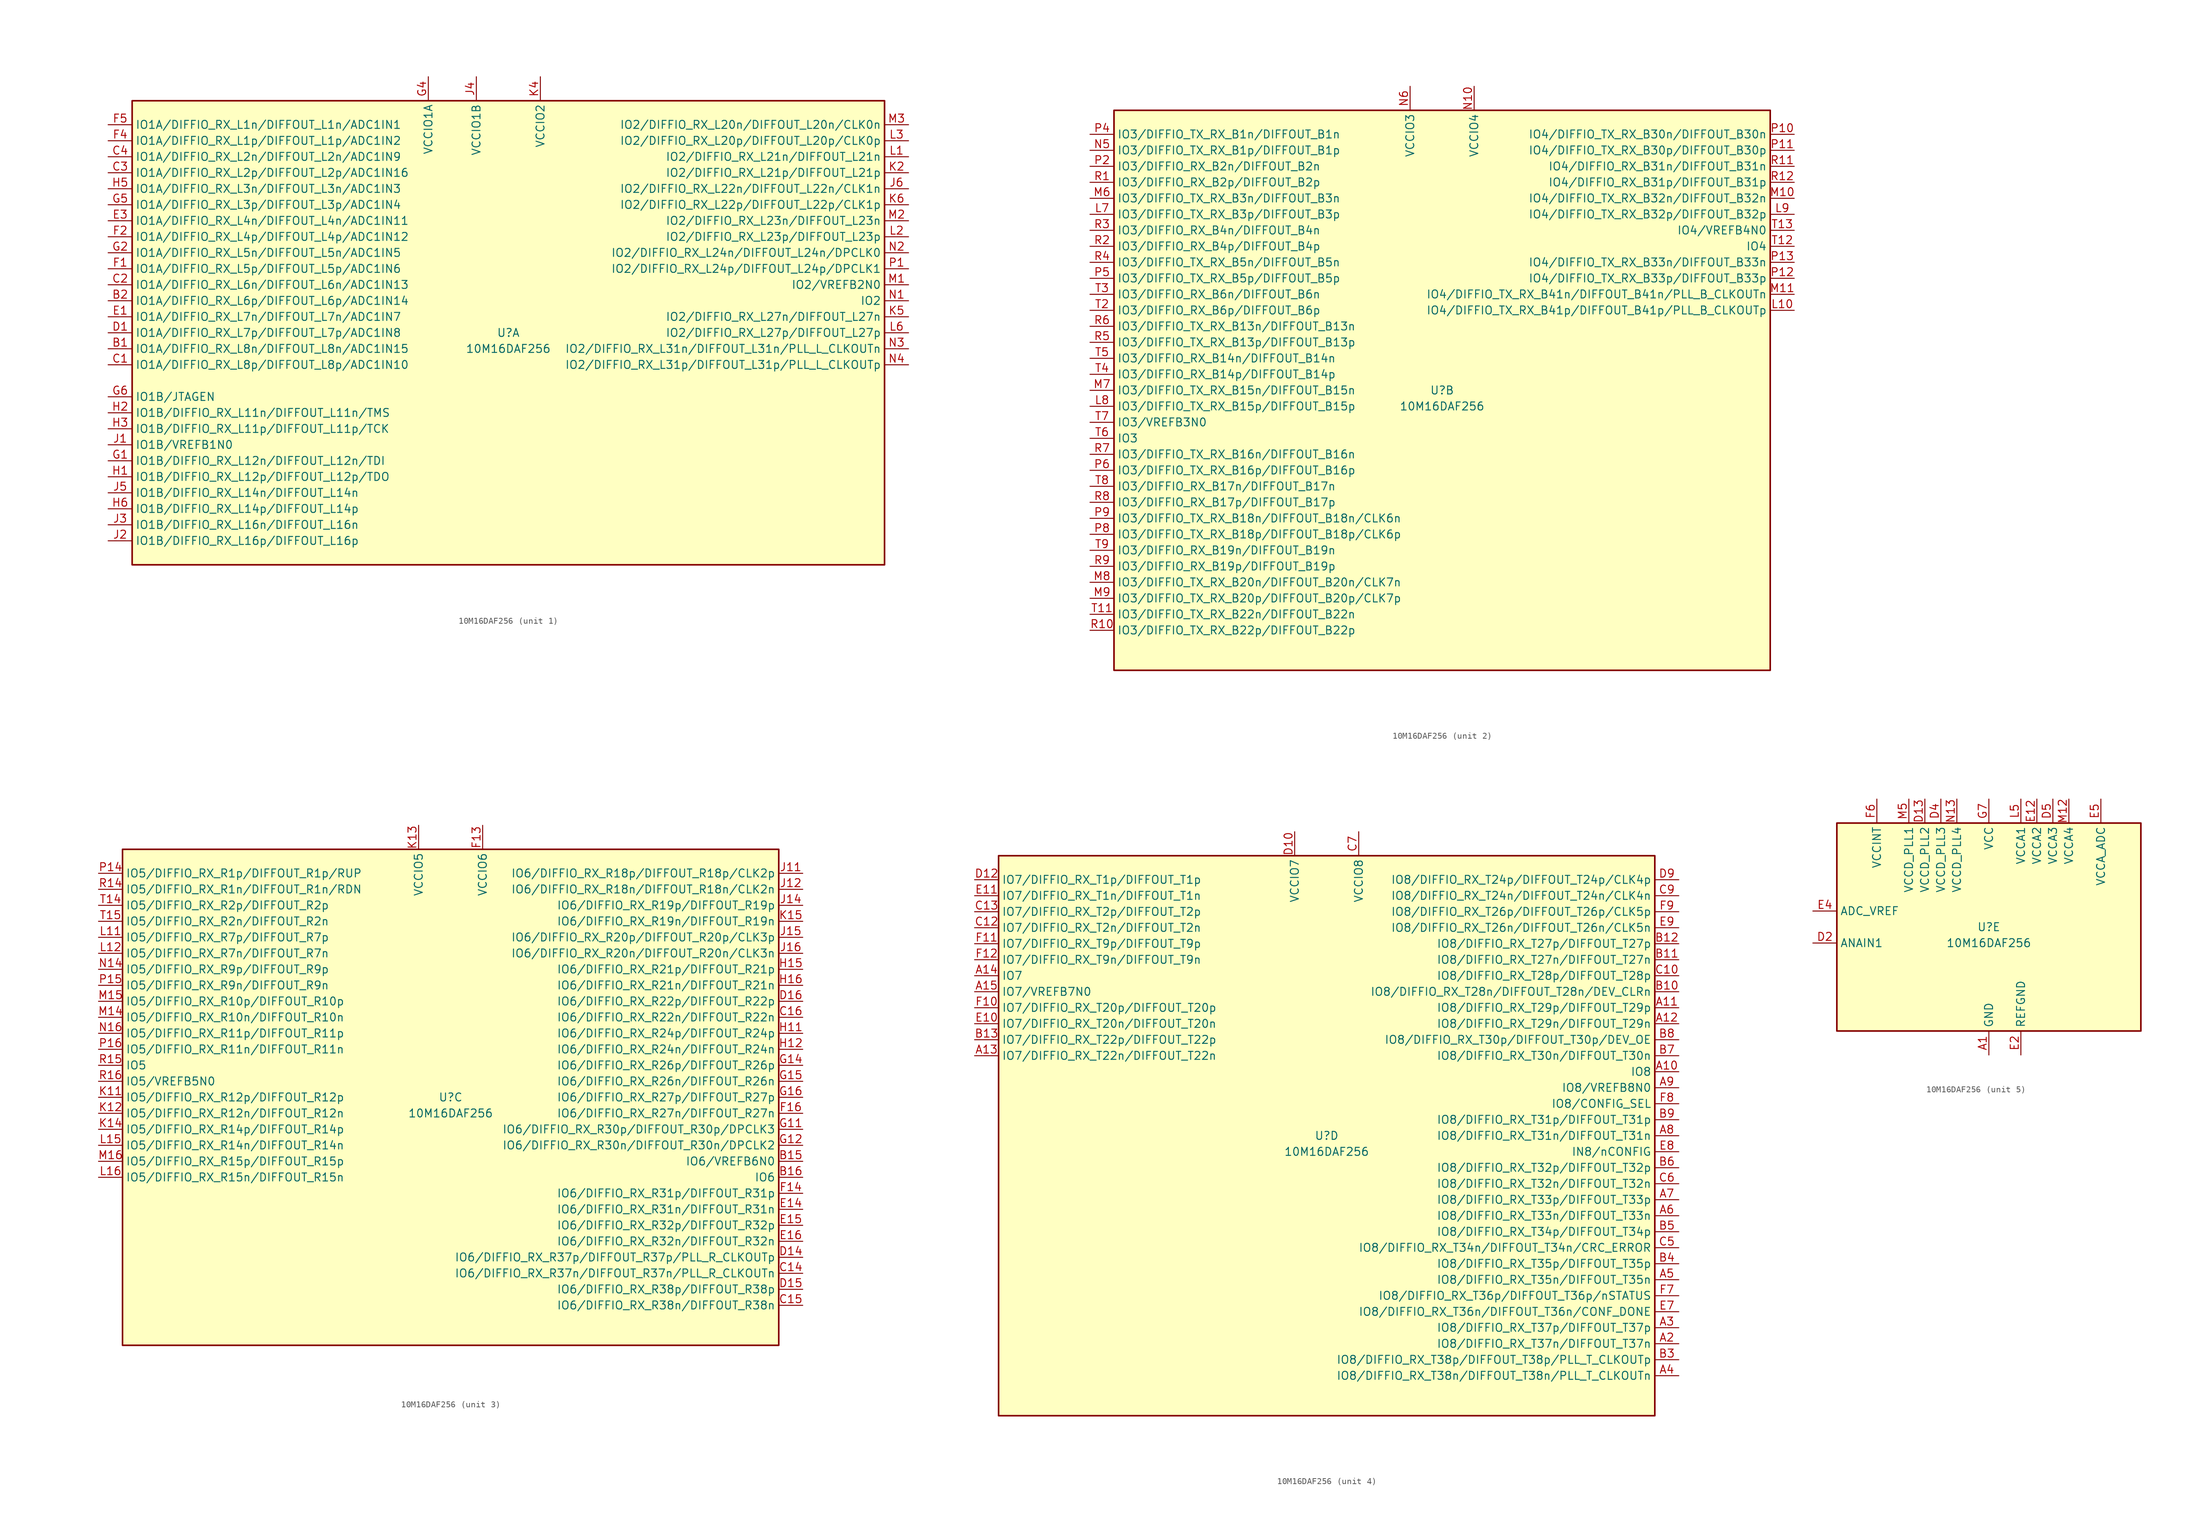
<source format=kicad_sym>
(kicad_symbol_lib
  (version 20220914)
  (generator kicad_symbol_editor)
  (symbol "10M16DAF256"
    (property "Reference" "U"
      (at 0 0 0)
      (effects (font (size 1.27 1.27))))
    (property "Value" "10M16DAF256"
      (at 0 -2.54 0)
      (effects (font (size 1.27 1.27))))
    (property "ki_locked" ""
      (at 0 0 0)
      (effects (font (size 1.27 1.27))))
    (symbol "10M16DAF256_1_1"
      (rectangle (start -59.69 36.83) (end 59.69 -36.83) (stroke (width 0.254) (type default)) (fill (type background)))
      (pin bidirectional line (at -63.5 -2.54 0) (length 3.81) (name "IO1A/DIFFIO_RX_L8n/DIFFOUT_L8n/ADC1IN15" (effects (font (size 1.27 1.27)))) (number "B1" (effects (font (size 1.27 1.27)))))
      (pin bidirectional line (at -63.5 5.08 0) (length 3.81) (name "IO1A/DIFFIO_RX_L6p/DIFFOUT_L6p/ADC1IN14" (effects (font (size 1.27 1.27)))) (number "B2" (effects (font (size 1.27 1.27)))))
      (pin bidirectional line (at -63.5 -5.08 0) (length 3.81) (name "IO1A/DIFFIO_RX_L8p/DIFFOUT_L8p/ADC1IN10" (effects (font (size 1.27 1.27)))) (number "C1" (effects (font (size 1.27 1.27)))))
      (pin bidirectional line (at -63.5 7.62 0) (length 3.81) (name "IO1A/DIFFIO_RX_L6n/DIFFOUT_L6n/ADC1IN13" (effects (font (size 1.27 1.27)))) (number "C2" (effects (font (size 1.27 1.27)))))
      (pin bidirectional line (at -63.5 25.4 0) (length 3.81) (name "IO1A/DIFFIO_RX_L2p/DIFFOUT_L2p/ADC1IN16" (effects (font (size 1.27 1.27)))) (number "C3" (effects (font (size 1.27 1.27)))))
      (pin bidirectional line (at -63.5 27.94 0) (length 3.81) (name "IO1A/DIFFIO_RX_L2n/DIFFOUT_L2n/ADC1IN9" (effects (font (size 1.27 1.27)))) (number "C4" (effects (font (size 1.27 1.27)))))
      (pin bidirectional line (at -63.5 0 0) (length 3.81) (name "IO1A/DIFFIO_RX_L7p/DIFFOUT_L7p/ADC1IN8" (effects (font (size 1.27 1.27)))) (number "D1" (effects (font (size 1.27 1.27)))))
      (pin bidirectional line (at -63.5 2.54 0) (length 3.81) (name "IO1A/DIFFIO_RX_L7n/DIFFOUT_L7n/ADC1IN7" (effects (font (size 1.27 1.27)))) (number "E1" (effects (font (size 1.27 1.27)))))
      (pin bidirectional line (at -63.5 17.78 0) (length 3.81) (name "IO1A/DIFFIO_RX_L4n/DIFFOUT_L4n/ADC1IN11" (effects (font (size 1.27 1.27)))) (number "E3" (effects (font (size 1.27 1.27)))))
      (pin bidirectional line (at -63.5 10.16 0) (length 3.81) (name "IO1A/DIFFIO_RX_L5p/DIFFOUT_L5p/ADC1IN6" (effects (font (size 1.27 1.27)))) (number "F1" (effects (font (size 1.27 1.27)))))
      (pin bidirectional line (at -63.5 15.24 0) (length 3.81) (name "IO1A/DIFFIO_RX_L4p/DIFFOUT_L4p/ADC1IN12" (effects (font (size 1.27 1.27)))) (number "F2" (effects (font (size 1.27 1.27)))))
      (pin bidirectional line (at -63.5 30.48 0) (length 3.81) (name "IO1A/DIFFIO_RX_L1p/DIFFOUT_L1p/ADC1IN2" (effects (font (size 1.27 1.27)))) (number "F4" (effects (font (size 1.27 1.27)))))
      (pin bidirectional line (at -63.5 33.02 0) (length 3.81) (name "IO1A/DIFFIO_RX_L1n/DIFFOUT_L1n/ADC1IN1" (effects (font (size 1.27 1.27)))) (number "F5" (effects (font (size 1.27 1.27)))))
      (pin bidirectional line (at -63.5 -20.32 0) (length 3.81) (name "IO1B/DIFFIO_RX_L12n/DIFFOUT_L12n/TDI" (effects (font (size 1.27 1.27)))) (number "G1" (effects (font (size 1.27 1.27)))))
      (pin bidirectional line (at -63.5 12.7 0) (length 3.81) (name "IO1A/DIFFIO_RX_L5n/DIFFOUT_L5n/ADC1IN5" (effects (font (size 1.27 1.27)))) (number "G2" (effects (font (size 1.27 1.27)))))
      (pin power_in line (at -12.7 40.64 270) (length 3.81) (name "VCCIO1A" (effects (font (size 1.27 1.27)))) (number "G4" (effects (font (size 1.27 1.27)))))
      (pin bidirectional line (at -63.5 20.32 0) (length 3.81) (name "IO1A/DIFFIO_RX_L3p/DIFFOUT_L3p/ADC1IN4" (effects (font (size 1.27 1.27)))) (number "G5" (effects (font (size 1.27 1.27)))))
      (pin bidirectional line (at -63.5 -10.16 0) (length 3.81) (name "IO1B/JTAGEN" (effects (font (size 1.27 1.27)))) (number "G6" (effects (font (size 1.27 1.27)))))
      (pin bidirectional line (at -63.5 -22.86 0) (length 3.81) (name "IO1B/DIFFIO_RX_L12p/DIFFOUT_L12p/TDO" (effects (font (size 1.27 1.27)))) (number "H1" (effects (font (size 1.27 1.27)))))
      (pin bidirectional line (at -63.5 -12.7 0) (length 3.81) (name "IO1B/DIFFIO_RX_L11n/DIFFOUT_L11n/TMS" (effects (font (size 1.27 1.27)))) (number "H2" (effects (font (size 1.27 1.27)))))
      (pin bidirectional line (at -63.5 -15.24 0) (length 3.81) (name "IO1B/DIFFIO_RX_L11p/DIFFOUT_L11p/TCK" (effects (font (size 1.27 1.27)))) (number "H3" (effects (font (size 1.27 1.27)))))
      (pin passive line (at -12.7 40.64 270) (length 3.81) hide (name "VCCIO1A" (effects (font (size 1.27 1.27)))) (number "H4" (effects (font (size 1.27 1.27)))))
      (pin bidirectional line (at -63.5 22.86 0) (length 3.81) (name "IO1A/DIFFIO_RX_L3n/DIFFOUT_L3n/ADC1IN3" (effects (font (size 1.27 1.27)))) (number "H5" (effects (font (size 1.27 1.27)))))
      (pin bidirectional line (at -63.5 -27.94 0) (length 3.81) (name "IO1B/DIFFIO_RX_L14p/DIFFOUT_L14p" (effects (font (size 1.27 1.27)))) (number "H6" (effects (font (size 1.27 1.27)))))
      (pin bidirectional line (at -63.5 -17.78 0) (length 3.81) (name "IO1B/VREFB1N0" (effects (font (size 1.27 1.27)))) (number "J1" (effects (font (size 1.27 1.27)))))
      (pin bidirectional line (at -63.5 -33.02 0) (length 3.81) (name "IO1B/DIFFIO_RX_L16p/DIFFOUT_L16p" (effects (font (size 1.27 1.27)))) (number "J2" (effects (font (size 1.27 1.27)))))
      (pin bidirectional line (at -63.5 -30.48 0) (length 3.81) (name "IO1B/DIFFIO_RX_L16n/DIFFOUT_L16n" (effects (font (size 1.27 1.27)))) (number "J3" (effects (font (size 1.27 1.27)))))
      (pin power_in line (at -5.08 40.64 270) (length 3.81) (name "VCCIO1B" (effects (font (size 1.27 1.27)))) (number "J4" (effects (font (size 1.27 1.27)))))
      (pin bidirectional line (at -63.5 -25.4 0) (length 3.81) (name "IO1B/DIFFIO_RX_L14n/DIFFOUT_L14n" (effects (font (size 1.27 1.27)))) (number "J5" (effects (font (size 1.27 1.27)))))
      (pin bidirectional line (at 63.5 22.86 180) (length 3.81) (name "IO2/DIFFIO_RX_L22n/DIFFOUT_L22n/CLK1n" (effects (font (size 1.27 1.27)))) (number "J6" (effects (font (size 1.27 1.27)))))
      (pin bidirectional line (at 63.5 25.4 180) (length 3.81) (name "IO2/DIFFIO_RX_L21p/DIFFOUT_L21p" (effects (font (size 1.27 1.27)))) (number "K2" (effects (font (size 1.27 1.27)))))
      (pin power_in line (at 5.08 40.64 270) (length 3.81) (name "VCCIO2" (effects (font (size 1.27 1.27)))) (number "K4" (effects (font (size 1.27 1.27)))))
      (pin bidirectional line (at 63.5 2.54 180) (length 3.81) (name "IO2/DIFFIO_RX_L27n/DIFFOUT_L27n" (effects (font (size 1.27 1.27)))) (number "K5" (effects (font (size 1.27 1.27)))))
      (pin bidirectional line (at 63.5 20.32 180) (length 3.81) (name "IO2/DIFFIO_RX_L22p/DIFFOUT_L22p/CLK1p" (effects (font (size 1.27 1.27)))) (number "K6" (effects (font (size 1.27 1.27)))))
      (pin bidirectional line (at 63.5 27.94 180) (length 3.81) (name "IO2/DIFFIO_RX_L21n/DIFFOUT_L21n" (effects (font (size 1.27 1.27)))) (number "L1" (effects (font (size 1.27 1.27)))))
      (pin bidirectional line (at 63.5 15.24 180) (length 3.81) (name "IO2/DIFFIO_RX_L23p/DIFFOUT_L23p" (effects (font (size 1.27 1.27)))) (number "L2" (effects (font (size 1.27 1.27)))))
      (pin bidirectional line (at 63.5 30.48 180) (length 3.81) (name "IO2/DIFFIO_RX_L20p/DIFFOUT_L20p/CLK0p" (effects (font (size 1.27 1.27)))) (number "L3" (effects (font (size 1.27 1.27)))))
      (pin passive line (at 5.08 40.64 270) (length 3.81) hide (name "VCCIO2" (effects (font (size 1.27 1.27)))) (number "L4" (effects (font (size 1.27 1.27)))))
      (pin bidirectional line (at 63.5 0 180) (length 3.81) (name "IO2/DIFFIO_RX_L27p/DIFFOUT_L27p" (effects (font (size 1.27 1.27)))) (number "L6" (effects (font (size 1.27 1.27)))))
      (pin bidirectional line (at 63.5 7.62 180) (length 3.81) (name "IO2/VREFB2N0" (effects (font (size 1.27 1.27)))) (number "M1" (effects (font (size 1.27 1.27)))))
      (pin bidirectional line (at 63.5 17.78 180) (length 3.81) (name "IO2/DIFFIO_RX_L23n/DIFFOUT_L23n" (effects (font (size 1.27 1.27)))) (number "M2" (effects (font (size 1.27 1.27)))))
      (pin bidirectional line (at 63.5 33.02 180) (length 3.81) (name "IO2/DIFFIO_RX_L20n/DIFFOUT_L20n/CLK0n" (effects (font (size 1.27 1.27)))) (number "M3" (effects (font (size 1.27 1.27)))))
      (pin bidirectional line (at 63.5 5.08 180) (length 3.81) (name "IO2" (effects (font (size 1.27 1.27)))) (number "N1" (effects (font (size 1.27 1.27)))))
      (pin bidirectional line (at 63.5 12.7 180) (length 3.81) (name "IO2/DIFFIO_RX_L24n/DIFFOUT_L24n/DPCLK0" (effects (font (size 1.27 1.27)))) (number "N2" (effects (font (size 1.27 1.27)))))
      (pin bidirectional line (at 63.5 -2.54 180) (length 3.81) (name "IO2/DIFFIO_RX_L31n/DIFFOUT_L31n/PLL_L_CLKOUTn" (effects (font (size 1.27 1.27)))) (number "N3" (effects (font (size 1.27 1.27)))))
      (pin bidirectional line (at 63.5 -5.08 180) (length 3.81) (name "IO2/DIFFIO_RX_L31p/DIFFOUT_L31p/PLL_L_CLKOUTp" (effects (font (size 1.27 1.27)))) (number "N4" (effects (font (size 1.27 1.27)))))
      (pin bidirectional line (at 63.5 10.16 180) (length 3.81) (name "IO2/DIFFIO_RX_L24p/DIFFOUT_L24p/DPCLK1" (effects (font (size 1.27 1.27)))) (number "P1" (effects (font (size 1.27 1.27))))))
    (symbol "10M16DAF256_2_1"
      (rectangle (start -52.07 44.45) (end 52.07 -44.45) (stroke (width 0.254) (type default)) (fill (type background)))
      (pin bidirectional line (at 55.88 12.7 180) (length 3.81) (name "IO4/DIFFIO_TX_RX_B41p/DIFFOUT_B41p/PLL_B_CLKOUTp" (effects (font (size 1.27 1.27)))) (number "L10" (effects (font (size 1.27 1.27)))))
      (pin bidirectional line (at -55.88 27.94 0) (length 3.81) (name "IO3/DIFFIO_TX_RX_B3p/DIFFOUT_B3p" (effects (font (size 1.27 1.27)))) (number "L7" (effects (font (size 1.27 1.27)))))
      (pin bidirectional line (at -55.88 -2.54 0) (length 3.81) (name "IO3/DIFFIO_TX_RX_B15p/DIFFOUT_B15p" (effects (font (size 1.27 1.27)))) (number "L8" (effects (font (size 1.27 1.27)))))
      (pin bidirectional line (at 55.88 27.94 180) (length 3.81) (name "IO4/DIFFIO_TX_RX_B32p/DIFFOUT_B32p" (effects (font (size 1.27 1.27)))) (number "L9" (effects (font (size 1.27 1.27)))))
      (pin bidirectional line (at 55.88 30.48 180) (length 3.81) (name "IO4/DIFFIO_TX_RX_B32n/DIFFOUT_B32n" (effects (font (size 1.27 1.27)))) (number "M10" (effects (font (size 1.27 1.27)))))
      (pin bidirectional line (at 55.88 15.24 180) (length 3.81) (name "IO4/DIFFIO_TX_RX_B41n/DIFFOUT_B41n/PLL_B_CLKOUTn" (effects (font (size 1.27 1.27)))) (number "M11" (effects (font (size 1.27 1.27)))))
      (pin bidirectional line (at -55.88 30.48 0) (length 3.81) (name "IO3/DIFFIO_TX_RX_B3n/DIFFOUT_B3n" (effects (font (size 1.27 1.27)))) (number "M6" (effects (font (size 1.27 1.27)))))
      (pin bidirectional line (at -55.88 0 0) (length 3.81) (name "IO3/DIFFIO_TX_RX_B15n/DIFFOUT_B15n" (effects (font (size 1.27 1.27)))) (number "M7" (effects (font (size 1.27 1.27)))))
      (pin bidirectional line (at -55.88 -30.48 0) (length 3.81) (name "IO3/DIFFIO_TX_RX_B20n/DIFFOUT_B20n/CLK7n" (effects (font (size 1.27 1.27)))) (number "M8" (effects (font (size 1.27 1.27)))))
      (pin bidirectional line (at -55.88 -33.02 0) (length 3.81) (name "IO3/DIFFIO_TX_RX_B20p/DIFFOUT_B20p/CLK7p" (effects (font (size 1.27 1.27)))) (number "M9" (effects (font (size 1.27 1.27)))))
      (pin power_in line (at 5.08 48.26 270) (length 3.81) (name "VCCIO4" (effects (font (size 1.27 1.27)))) (number "N10" (effects (font (size 1.27 1.27)))))
      (pin passive line (at 5.08 48.26 270) (length 3.81) hide (name "VCCIO4" (effects (font (size 1.27 1.27)))) (number "N11" (effects (font (size 1.27 1.27)))))
      (pin bidirectional line (at -55.88 38.1 0) (length 3.81) (name "IO3/DIFFIO_TX_RX_B1p/DIFFOUT_B1p" (effects (font (size 1.27 1.27)))) (number "N5" (effects (font (size 1.27 1.27)))))
      (pin power_in line (at -5.08 48.26 270) (length 3.81) (name "VCCIO3" (effects (font (size 1.27 1.27)))) (number "N6" (effects (font (size 1.27 1.27)))))
      (pin passive line (at -5.08 48.26 270) (length 3.81) hide (name "VCCIO3" (effects (font (size 1.27 1.27)))) (number "N7" (effects (font (size 1.27 1.27)))))
      (pin passive line (at -5.08 48.26 270) (length 3.81) hide (name "VCCIO3" (effects (font (size 1.27 1.27)))) (number "N8" (effects (font (size 1.27 1.27)))))
      (pin bidirectional line (at 55.88 40.64 180) (length 3.81) (name "IO4/DIFFIO_TX_RX_B30n/DIFFOUT_B30n" (effects (font (size 1.27 1.27)))) (number "P10" (effects (font (size 1.27 1.27)))))
      (pin bidirectional line (at 55.88 38.1 180) (length 3.81) (name "IO4/DIFFIO_TX_RX_B30p/DIFFOUT_B30p" (effects (font (size 1.27 1.27)))) (number "P11" (effects (font (size 1.27 1.27)))))
      (pin bidirectional line (at 55.88 17.78 180) (length 3.81) (name "IO4/DIFFIO_TX_RX_B33p/DIFFOUT_B33p" (effects (font (size 1.27 1.27)))) (number "P12" (effects (font (size 1.27 1.27)))))
      (pin bidirectional line (at 55.88 20.32 180) (length 3.81) (name "IO4/DIFFIO_TX_RX_B33n/DIFFOUT_B33n" (effects (font (size 1.27 1.27)))) (number "P13" (effects (font (size 1.27 1.27)))))
      (pin bidirectional line (at -55.88 35.56 0) (length 3.81) (name "IO3/DIFFIO_RX_B2n/DIFFOUT_B2n" (effects (font (size 1.27 1.27)))) (number "P2" (effects (font (size 1.27 1.27)))))
      (pin bidirectional line (at -55.88 40.64 0) (length 3.81) (name "IO3/DIFFIO_TX_RX_B1n/DIFFOUT_B1n" (effects (font (size 1.27 1.27)))) (number "P4" (effects (font (size 1.27 1.27)))))
      (pin bidirectional line (at -55.88 17.78 0) (length 3.81) (name "IO3/DIFFIO_TX_RX_B5p/DIFFOUT_B5p" (effects (font (size 1.27 1.27)))) (number "P5" (effects (font (size 1.27 1.27)))))
      (pin bidirectional line (at -55.88 -12.7 0) (length 3.81) (name "IO3/DIFFIO_TX_RX_B16p/DIFFOUT_B16p" (effects (font (size 1.27 1.27)))) (number "P6" (effects (font (size 1.27 1.27)))))
      (pin bidirectional line (at -55.88 -22.86 0) (length 3.81) (name "IO3/DIFFIO_TX_RX_B18p/DIFFOUT_B18p/CLK6p" (effects (font (size 1.27 1.27)))) (number "P8" (effects (font (size 1.27 1.27)))))
      (pin bidirectional line (at -55.88 -20.32 0) (length 3.81) (name "IO3/DIFFIO_TX_RX_B18n/DIFFOUT_B18n/CLK6n" (effects (font (size 1.27 1.27)))) (number "P9" (effects (font (size 1.27 1.27)))))
      (pin bidirectional line (at -55.88 33.02 0) (length 3.81) (name "IO3/DIFFIO_RX_B2p/DIFFOUT_B2p" (effects (font (size 1.27 1.27)))) (number "R1" (effects (font (size 1.27 1.27)))))
      (pin bidirectional line (at -55.88 -38.1 0) (length 3.81) (name "IO3/DIFFIO_TX_RX_B22p/DIFFOUT_B22p" (effects (font (size 1.27 1.27)))) (number "R10" (effects (font (size 1.27 1.27)))))
      (pin bidirectional line (at 55.88 35.56 180) (length 3.81) (name "IO4/DIFFIO_RX_B31n/DIFFOUT_B31n" (effects (font (size 1.27 1.27)))) (number "R11" (effects (font (size 1.27 1.27)))))
      (pin bidirectional line (at 55.88 33.02 180) (length 3.81) (name "IO4/DIFFIO_RX_B31p/DIFFOUT_B31p" (effects (font (size 1.27 1.27)))) (number "R12" (effects (font (size 1.27 1.27)))))
      (pin bidirectional line (at -55.88 22.86 0) (length 3.81) (name "IO3/DIFFIO_RX_B4p/DIFFOUT_B4p" (effects (font (size 1.27 1.27)))) (number "R2" (effects (font (size 1.27 1.27)))))
      (pin bidirectional line (at -55.88 25.4 0) (length 3.81) (name "IO3/DIFFIO_RX_B4n/DIFFOUT_B4n" (effects (font (size 1.27 1.27)))) (number "R3" (effects (font (size 1.27 1.27)))))
      (pin bidirectional line (at -55.88 20.32 0) (length 3.81) (name "IO3/DIFFIO_TX_RX_B5n/DIFFOUT_B5n" (effects (font (size 1.27 1.27)))) (number "R4" (effects (font (size 1.27 1.27)))))
      (pin bidirectional line (at -55.88 7.62 0) (length 3.81) (name "IO3/DIFFIO_TX_RX_B13p/DIFFOUT_B13p" (effects (font (size 1.27 1.27)))) (number "R5" (effects (font (size 1.27 1.27)))))
      (pin bidirectional line (at -55.88 10.16 0) (length 3.81) (name "IO3/DIFFIO_TX_RX_B13n/DIFFOUT_B13n" (effects (font (size 1.27 1.27)))) (number "R6" (effects (font (size 1.27 1.27)))))
      (pin bidirectional line (at -55.88 -10.16 0) (length 3.81) (name "IO3/DIFFIO_TX_RX_B16n/DIFFOUT_B16n" (effects (font (size 1.27 1.27)))) (number "R7" (effects (font (size 1.27 1.27)))))
      (pin bidirectional line (at -55.88 -17.78 0) (length 3.81) (name "IO3/DIFFIO_RX_B17p/DIFFOUT_B17p" (effects (font (size 1.27 1.27)))) (number "R8" (effects (font (size 1.27 1.27)))))
      (pin bidirectional line (at -55.88 -27.94 0) (length 3.81) (name "IO3/DIFFIO_RX_B19p/DIFFOUT_B19p" (effects (font (size 1.27 1.27)))) (number "R9" (effects (font (size 1.27 1.27)))))
      (pin bidirectional line (at -55.88 -35.56 0) (length 3.81) (name "IO3/DIFFIO_TX_RX_B22n/DIFFOUT_B22n" (effects (font (size 1.27 1.27)))) (number "T11" (effects (font (size 1.27 1.27)))))
      (pin bidirectional line (at 55.88 22.86 180) (length 3.81) (name "IO4" (effects (font (size 1.27 1.27)))) (number "T12" (effects (font (size 1.27 1.27)))))
      (pin bidirectional line (at 55.88 25.4 180) (length 3.81) (name "IO4/VREFB4N0" (effects (font (size 1.27 1.27)))) (number "T13" (effects (font (size 1.27 1.27)))))
      (pin bidirectional line (at -55.88 12.7 0) (length 3.81) (name "IO3/DIFFIO_RX_B6p/DIFFOUT_B6p" (effects (font (size 1.27 1.27)))) (number "T2" (effects (font (size 1.27 1.27)))))
      (pin bidirectional line (at -55.88 15.24 0) (length 3.81) (name "IO3/DIFFIO_RX_B6n/DIFFOUT_B6n" (effects (font (size 1.27 1.27)))) (number "T3" (effects (font (size 1.27 1.27)))))
      (pin bidirectional line (at -55.88 2.54 0) (length 3.81) (name "IO3/DIFFIO_RX_B14p/DIFFOUT_B14p" (effects (font (size 1.27 1.27)))) (number "T4" (effects (font (size 1.27 1.27)))))
      (pin bidirectional line (at -55.88 5.08 0) (length 3.81) (name "IO3/DIFFIO_RX_B14n/DIFFOUT_B14n" (effects (font (size 1.27 1.27)))) (number "T5" (effects (font (size 1.27 1.27)))))
      (pin bidirectional line (at -55.88 -7.62 0) (length 3.81) (name "IO3" (effects (font (size 1.27 1.27)))) (number "T6" (effects (font (size 1.27 1.27)))))
      (pin bidirectional line (at -55.88 -5.08 0) (length 3.81) (name "IO3/VREFB3N0" (effects (font (size 1.27 1.27)))) (number "T7" (effects (font (size 1.27 1.27)))))
      (pin bidirectional line (at -55.88 -15.24 0) (length 3.81) (name "IO3/DIFFIO_RX_B17n/DIFFOUT_B17n" (effects (font (size 1.27 1.27)))) (number "T8" (effects (font (size 1.27 1.27)))))
      (pin bidirectional line (at -55.88 -25.4 0) (length 3.81) (name "IO3/DIFFIO_RX_B19n/DIFFOUT_B19n" (effects (font (size 1.27 1.27)))) (number "T9" (effects (font (size 1.27 1.27))))))
    (symbol "10M16DAF256_3_1"
      (rectangle (start -52.07 39.37) (end 52.07 -39.37) (stroke (width 0.254) (type default)) (fill (type background)))
      (pin bidirectional line (at 55.88 -10.16 180) (length 3.81) (name "IO6/VREFB6N0" (effects (font (size 1.27 1.27)))) (number "B15" (effects (font (size 1.27 1.27)))))
      (pin bidirectional line (at 55.88 -12.7 180) (length 3.81) (name "IO6" (effects (font (size 1.27 1.27)))) (number "B16" (effects (font (size 1.27 1.27)))))
      (pin bidirectional line (at 55.88 -27.94 180) (length 3.81) (name "IO6/DIFFIO_RX_R37n/DIFFOUT_R37n/PLL_R_CLKOUTn" (effects (font (size 1.27 1.27)))) (number "C14" (effects (font (size 1.27 1.27)))))
      (pin bidirectional line (at 55.88 -33.02 180) (length 3.81) (name "IO6/DIFFIO_RX_R38n/DIFFOUT_R38n" (effects (font (size 1.27 1.27)))) (number "C15" (effects (font (size 1.27 1.27)))))
      (pin bidirectional line (at 55.88 12.7 180) (length 3.81) (name "IO6/DIFFIO_RX_R22n/DIFFOUT_R22n" (effects (font (size 1.27 1.27)))) (number "C16" (effects (font (size 1.27 1.27)))))
      (pin bidirectional line (at 55.88 -25.4 180) (length 3.81) (name "IO6/DIFFIO_RX_R37p/DIFFOUT_R37p/PLL_R_CLKOUTp" (effects (font (size 1.27 1.27)))) (number "D14" (effects (font (size 1.27 1.27)))))
      (pin bidirectional line (at 55.88 -30.48 180) (length 3.81) (name "IO6/DIFFIO_RX_R38p/DIFFOUT_R38p" (effects (font (size 1.27 1.27)))) (number "D15" (effects (font (size 1.27 1.27)))))
      (pin bidirectional line (at 55.88 15.24 180) (length 3.81) (name "IO6/DIFFIO_RX_R22p/DIFFOUT_R22p" (effects (font (size 1.27 1.27)))) (number "D16" (effects (font (size 1.27 1.27)))))
      (pin bidirectional line (at 55.88 -17.78 180) (length 3.81) (name "IO6/DIFFIO_RX_R31n/DIFFOUT_R31n" (effects (font (size 1.27 1.27)))) (number "E14" (effects (font (size 1.27 1.27)))))
      (pin bidirectional line (at 55.88 -20.32 180) (length 3.81) (name "IO6/DIFFIO_RX_R32p/DIFFOUT_R32p" (effects (font (size 1.27 1.27)))) (number "E15" (effects (font (size 1.27 1.27)))))
      (pin bidirectional line (at 55.88 -22.86 180) (length 3.81) (name "IO6/DIFFIO_RX_R32n/DIFFOUT_R32n" (effects (font (size 1.27 1.27)))) (number "E16" (effects (font (size 1.27 1.27)))))
      (pin power_in line (at 5.08 43.18 270) (length 3.81) (name "VCCIO6" (effects (font (size 1.27 1.27)))) (number "F13" (effects (font (size 1.27 1.27)))))
      (pin bidirectional line (at 55.88 -15.24 180) (length 3.81) (name "IO6/DIFFIO_RX_R31p/DIFFOUT_R31p" (effects (font (size 1.27 1.27)))) (number "F14" (effects (font (size 1.27 1.27)))))
      (pin bidirectional line (at 55.88 -2.54 180) (length 3.81) (name "IO6/DIFFIO_RX_R27n/DIFFOUT_R27n" (effects (font (size 1.27 1.27)))) (number "F16" (effects (font (size 1.27 1.27)))))
      (pin bidirectional line (at 55.88 -5.08 180) (length 3.81) (name "IO6/DIFFIO_RX_R30p/DIFFOUT_R30p/DPCLK3" (effects (font (size 1.27 1.27)))) (number "G11" (effects (font (size 1.27 1.27)))))
      (pin bidirectional line (at 55.88 -7.62 180) (length 3.81) (name "IO6/DIFFIO_RX_R30n/DIFFOUT_R30n/DPCLK2" (effects (font (size 1.27 1.27)))) (number "G12" (effects (font (size 1.27 1.27)))))
      (pin passive line (at 5.08 43.18 270) (length 3.81) hide (name "VCCIO6" (effects (font (size 1.27 1.27)))) (number "G13" (effects (font (size 1.27 1.27)))))
      (pin bidirectional line (at 55.88 5.08 180) (length 3.81) (name "IO6/DIFFIO_RX_R26p/DIFFOUT_R26p" (effects (font (size 1.27 1.27)))) (number "G14" (effects (font (size 1.27 1.27)))))
      (pin bidirectional line (at 55.88 2.54 180) (length 3.81) (name "IO6/DIFFIO_RX_R26n/DIFFOUT_R26n" (effects (font (size 1.27 1.27)))) (number "G15" (effects (font (size 1.27 1.27)))))
      (pin bidirectional line (at 55.88 0 180) (length 3.81) (name "IO6/DIFFIO_RX_R27p/DIFFOUT_R27p" (effects (font (size 1.27 1.27)))) (number "G16" (effects (font (size 1.27 1.27)))))
      (pin bidirectional line (at 55.88 10.16 180) (length 3.81) (name "IO6/DIFFIO_RX_R24p/DIFFOUT_R24p" (effects (font (size 1.27 1.27)))) (number "H11" (effects (font (size 1.27 1.27)))))
      (pin bidirectional line (at 55.88 7.62 180) (length 3.81) (name "IO6/DIFFIO_RX_R24n/DIFFOUT_R24n" (effects (font (size 1.27 1.27)))) (number "H12" (effects (font (size 1.27 1.27)))))
      (pin passive line (at 5.08 43.18 270) (length 3.81) hide (name "VCCIO6" (effects (font (size 1.27 1.27)))) (number "H13" (effects (font (size 1.27 1.27)))))
      (pin bidirectional line (at 55.88 20.32 180) (length 3.81) (name "IO6/DIFFIO_RX_R21p/DIFFOUT_R21p" (effects (font (size 1.27 1.27)))) (number "H15" (effects (font (size 1.27 1.27)))))
      (pin bidirectional line (at 55.88 17.78 180) (length 3.81) (name "IO6/DIFFIO_RX_R21n/DIFFOUT_R21n" (effects (font (size 1.27 1.27)))) (number "H16" (effects (font (size 1.27 1.27)))))
      (pin bidirectional line (at 55.88 35.56 180) (length 3.81) (name "IO6/DIFFIO_RX_R18p/DIFFOUT_R18p/CLK2p" (effects (font (size 1.27 1.27)))) (number "J11" (effects (font (size 1.27 1.27)))))
      (pin bidirectional line (at 55.88 33.02 180) (length 3.81) (name "IO6/DIFFIO_RX_R18n/DIFFOUT_R18n/CLK2n" (effects (font (size 1.27 1.27)))) (number "J12" (effects (font (size 1.27 1.27)))))
      (pin passive line (at 5.08 43.18 270) (length 3.81) hide (name "VCCIO6" (effects (font (size 1.27 1.27)))) (number "J13" (effects (font (size 1.27 1.27)))))
      (pin bidirectional line (at 55.88 30.48 180) (length 3.81) (name "IO6/DIFFIO_RX_R19p/DIFFOUT_R19p" (effects (font (size 1.27 1.27)))) (number "J14" (effects (font (size 1.27 1.27)))))
      (pin bidirectional line (at 55.88 25.4 180) (length 3.81) (name "IO6/DIFFIO_RX_R20p/DIFFOUT_R20p/CLK3p" (effects (font (size 1.27 1.27)))) (number "J15" (effects (font (size 1.27 1.27)))))
      (pin bidirectional line (at 55.88 22.86 180) (length 3.81) (name "IO6/DIFFIO_RX_R20n/DIFFOUT_R20n/CLK3n" (effects (font (size 1.27 1.27)))) (number "J16" (effects (font (size 1.27 1.27)))))
      (pin bidirectional line (at -55.88 0 0) (length 3.81) (name "IO5/DIFFIO_RX_R12p/DIFFOUT_R12p" (effects (font (size 1.27 1.27)))) (number "K11" (effects (font (size 1.27 1.27)))))
      (pin bidirectional line (at -55.88 -2.54 0) (length 3.81) (name "IO5/DIFFIO_RX_R12n/DIFFOUT_R12n" (effects (font (size 1.27 1.27)))) (number "K12" (effects (font (size 1.27 1.27)))))
      (pin power_in line (at -5.08 43.18 270) (length 3.81) (name "VCCIO5" (effects (font (size 1.27 1.27)))) (number "K13" (effects (font (size 1.27 1.27)))))
      (pin bidirectional line (at -55.88 -5.08 0) (length 3.81) (name "IO5/DIFFIO_RX_R14p/DIFFOUT_R14p" (effects (font (size 1.27 1.27)))) (number "K14" (effects (font (size 1.27 1.27)))))
      (pin bidirectional line (at 55.88 27.94 180) (length 3.81) (name "IO6/DIFFIO_RX_R19n/DIFFOUT_R19n" (effects (font (size 1.27 1.27)))) (number "K15" (effects (font (size 1.27 1.27)))))
      (pin bidirectional line (at -55.88 25.4 0) (length 3.81) (name "IO5/DIFFIO_RX_R7p/DIFFOUT_R7p" (effects (font (size 1.27 1.27)))) (number "L11" (effects (font (size 1.27 1.27)))))
      (pin bidirectional line (at -55.88 22.86 0) (length 3.81) (name "IO5/DIFFIO_RX_R7n/DIFFOUT_R7n" (effects (font (size 1.27 1.27)))) (number "L12" (effects (font (size 1.27 1.27)))))
      (pin passive line (at -5.08 43.18 270) (length 3.81) hide (name "VCCIO5" (effects (font (size 1.27 1.27)))) (number "L13" (effects (font (size 1.27 1.27)))))
      (pin bidirectional line (at -55.88 -7.62 0) (length 3.81) (name "IO5/DIFFIO_RX_R14n/DIFFOUT_R14n" (effects (font (size 1.27 1.27)))) (number "L15" (effects (font (size 1.27 1.27)))))
      (pin bidirectional line (at -55.88 -12.7 0) (length 3.81) (name "IO5/DIFFIO_RX_R15n/DIFFOUT_R15n" (effects (font (size 1.27 1.27)))) (number "L16" (effects (font (size 1.27 1.27)))))
      (pin passive line (at -5.08 43.18 270) (length 3.81) hide (name "VCCIO5" (effects (font (size 1.27 1.27)))) (number "M13" (effects (font (size 1.27 1.27)))))
      (pin bidirectional line (at -55.88 12.7 0) (length 3.81) (name "IO5/DIFFIO_RX_R10n/DIFFOUT_R10n" (effects (font (size 1.27 1.27)))) (number "M14" (effects (font (size 1.27 1.27)))))
      (pin bidirectional line (at -55.88 15.24 0) (length 3.81) (name "IO5/DIFFIO_RX_R10p/DIFFOUT_R10p" (effects (font (size 1.27 1.27)))) (number "M15" (effects (font (size 1.27 1.27)))))
      (pin bidirectional line (at -55.88 -10.16 0) (length 3.81) (name "IO5/DIFFIO_RX_R15p/DIFFOUT_R15p" (effects (font (size 1.27 1.27)))) (number "M16" (effects (font (size 1.27 1.27)))))
      (pin bidirectional line (at -55.88 20.32 0) (length 3.81) (name "IO5/DIFFIO_RX_R9p/DIFFOUT_R9p" (effects (font (size 1.27 1.27)))) (number "N14" (effects (font (size 1.27 1.27)))))
      (pin bidirectional line (at -55.88 10.16 0) (length 3.81) (name "IO5/DIFFIO_RX_R11p/DIFFOUT_R11p" (effects (font (size 1.27 1.27)))) (number "N16" (effects (font (size 1.27 1.27)))))
      (pin bidirectional line (at -55.88 35.56 0) (length 3.81) (name "IO5/DIFFIO_RX_R1p/DIFFOUT_R1p/RUP" (effects (font (size 1.27 1.27)))) (number "P14" (effects (font (size 1.27 1.27)))))
      (pin bidirectional line (at -55.88 17.78 0) (length 3.81) (name "IO5/DIFFIO_RX_R9n/DIFFOUT_R9n" (effects (font (size 1.27 1.27)))) (number "P15" (effects (font (size 1.27 1.27)))))
      (pin bidirectional line (at -55.88 7.62 0) (length 3.81) (name "IO5/DIFFIO_RX_R11n/DIFFOUT_R11n" (effects (font (size 1.27 1.27)))) (number "P16" (effects (font (size 1.27 1.27)))))
      (pin bidirectional line (at -55.88 33.02 0) (length 3.81) (name "IO5/DIFFIO_RX_R1n/DIFFOUT_R1n/RDN" (effects (font (size 1.27 1.27)))) (number "R14" (effects (font (size 1.27 1.27)))))
      (pin bidirectional line (at -55.88 5.08 0) (length 3.81) (name "IO5" (effects (font (size 1.27 1.27)))) (number "R15" (effects (font (size 1.27 1.27)))))
      (pin bidirectional line (at -55.88 2.54 0) (length 3.81) (name "IO5/VREFB5N0" (effects (font (size 1.27 1.27)))) (number "R16" (effects (font (size 1.27 1.27)))))
      (pin bidirectional line (at -55.88 30.48 0) (length 3.81) (name "IO5/DIFFIO_RX_R2p/DIFFOUT_R2p" (effects (font (size 1.27 1.27)))) (number "T14" (effects (font (size 1.27 1.27)))))
      (pin bidirectional line (at -55.88 27.94 0) (length 3.81) (name "IO5/DIFFIO_RX_R2n/DIFFOUT_R2n" (effects (font (size 1.27 1.27)))) (number "T15" (effects (font (size 1.27 1.27))))))
    (symbol "10M16DAF256_4_1"
      (rectangle (start -52.07 44.45) (end 52.07 -44.45) (stroke (width 0.254) (type default)) (fill (type background)))
      (pin bidirectional line (at 55.88 10.16 180) (length 3.81) (name "IO8" (effects (font (size 1.27 1.27)))) (number "A10" (effects (font (size 1.27 1.27)))))
      (pin bidirectional line (at 55.88 20.32 180) (length 3.81) (name "IO8/DIFFIO_RX_T29p/DIFFOUT_T29p" (effects (font (size 1.27 1.27)))) (number "A11" (effects (font (size 1.27 1.27)))))
      (pin bidirectional line (at 55.88 17.78 180) (length 3.81) (name "IO8/DIFFIO_RX_T29n/DIFFOUT_T29n" (effects (font (size 1.27 1.27)))) (number "A12" (effects (font (size 1.27 1.27)))))
      (pin bidirectional line (at -55.88 12.7 0) (length 3.81) (name "IO7/DIFFIO_RX_T22n/DIFFOUT_T22n" (effects (font (size 1.27 1.27)))) (number "A13" (effects (font (size 1.27 1.27)))))
      (pin bidirectional line (at -55.88 25.4 0) (length 3.81) (name "IO7" (effects (font (size 1.27 1.27)))) (number "A14" (effects (font (size 1.27 1.27)))))
      (pin bidirectional line (at -55.88 22.86 0) (length 3.81) (name "IO7/VREFB7N0" (effects (font (size 1.27 1.27)))) (number "A15" (effects (font (size 1.27 1.27)))))
      (pin bidirectional line (at 55.88 -33.02 180) (length 3.81) (name "IO8/DIFFIO_RX_T37n/DIFFOUT_T37n" (effects (font (size 1.27 1.27)))) (number "A2" (effects (font (size 1.27 1.27)))))
      (pin bidirectional line (at 55.88 -30.48 180) (length 3.81) (name "IO8/DIFFIO_RX_T37p/DIFFOUT_T37p" (effects (font (size 1.27 1.27)))) (number "A3" (effects (font (size 1.27 1.27)))))
      (pin bidirectional line (at 55.88 -38.1 180) (length 3.81) (name "IO8/DIFFIO_RX_T38n/DIFFOUT_T38n/PLL_T_CLKOUTn" (effects (font (size 1.27 1.27)))) (number "A4" (effects (font (size 1.27 1.27)))))
      (pin bidirectional line (at 55.88 -22.86 180) (length 3.81) (name "IO8/DIFFIO_RX_T35n/DIFFOUT_T35n" (effects (font (size 1.27 1.27)))) (number "A5" (effects (font (size 1.27 1.27)))))
      (pin bidirectional line (at 55.88 -12.7 180) (length 3.81) (name "IO8/DIFFIO_RX_T33n/DIFFOUT_T33n" (effects (font (size 1.27 1.27)))) (number "A6" (effects (font (size 1.27 1.27)))))
      (pin bidirectional line (at 55.88 -10.16 180) (length 3.81) (name "IO8/DIFFIO_RX_T33p/DIFFOUT_T33p" (effects (font (size 1.27 1.27)))) (number "A7" (effects (font (size 1.27 1.27)))))
      (pin bidirectional line (at 55.88 0 180) (length 3.81) (name "IO8/DIFFIO_RX_T31n/DIFFOUT_T31n" (effects (font (size 1.27 1.27)))) (number "A8" (effects (font (size 1.27 1.27)))))
      (pin bidirectional line (at 55.88 7.62 180) (length 3.81) (name "IO8/VREFB8N0" (effects (font (size 1.27 1.27)))) (number "A9" (effects (font (size 1.27 1.27)))))
      (pin bidirectional line (at 55.88 22.86 180) (length 3.81) (name "IO8/DIFFIO_RX_T28n/DIFFOUT_T28n/DEV_CLRn" (effects (font (size 1.27 1.27)))) (number "B10" (effects (font (size 1.27 1.27)))))
      (pin bidirectional line (at 55.88 27.94 180) (length 3.81) (name "IO8/DIFFIO_RX_T27n/DIFFOUT_T27n" (effects (font (size 1.27 1.27)))) (number "B11" (effects (font (size 1.27 1.27)))))
      (pin bidirectional line (at 55.88 30.48 180) (length 3.81) (name "IO8/DIFFIO_RX_T27p/DIFFOUT_T27p" (effects (font (size 1.27 1.27)))) (number "B12" (effects (font (size 1.27 1.27)))))
      (pin bidirectional line (at -55.88 15.24 0) (length 3.81) (name "IO7/DIFFIO_RX_T22p/DIFFOUT_T22p" (effects (font (size 1.27 1.27)))) (number "B13" (effects (font (size 1.27 1.27)))))
      (pin bidirectional line (at 55.88 -35.56 180) (length 3.81) (name "IO8/DIFFIO_RX_T38p/DIFFOUT_T38p/PLL_T_CLKOUTp" (effects (font (size 1.27 1.27)))) (number "B3" (effects (font (size 1.27 1.27)))))
      (pin bidirectional line (at 55.88 -20.32 180) (length 3.81) (name "IO8/DIFFIO_RX_T35p/DIFFOUT_T35p" (effects (font (size 1.27 1.27)))) (number "B4" (effects (font (size 1.27 1.27)))))
      (pin bidirectional line (at 55.88 -15.24 180) (length 3.81) (name "IO8/DIFFIO_RX_T34p/DIFFOUT_T34p" (effects (font (size 1.27 1.27)))) (number "B5" (effects (font (size 1.27 1.27)))))
      (pin bidirectional line (at 55.88 -5.08 180) (length 3.81) (name "IO8/DIFFIO_RX_T32p/DIFFOUT_T32p" (effects (font (size 1.27 1.27)))) (number "B6" (effects (font (size 1.27 1.27)))))
      (pin bidirectional line (at 55.88 12.7 180) (length 3.81) (name "IO8/DIFFIO_RX_T30n/DIFFOUT_T30n" (effects (font (size 1.27 1.27)))) (number "B7" (effects (font (size 1.27 1.27)))))
      (pin bidirectional line (at 55.88 15.24 180) (length 3.81) (name "IO8/DIFFIO_RX_T30p/DIFFOUT_T30p/DEV_OE" (effects (font (size 1.27 1.27)))) (number "B8" (effects (font (size 1.27 1.27)))))
      (pin bidirectional line (at 55.88 2.54 180) (length 3.81) (name "IO8/DIFFIO_RX_T31p/DIFFOUT_T31p" (effects (font (size 1.27 1.27)))) (number "B9" (effects (font (size 1.27 1.27)))))
      (pin bidirectional line (at 55.88 25.4 180) (length 3.81) (name "IO8/DIFFIO_RX_T28p/DIFFOUT_T28p" (effects (font (size 1.27 1.27)))) (number "C10" (effects (font (size 1.27 1.27)))))
      (pin bidirectional line (at -55.88 33.02 0) (length 3.81) (name "IO7/DIFFIO_RX_T2n/DIFFOUT_T2n" (effects (font (size 1.27 1.27)))) (number "C12" (effects (font (size 1.27 1.27)))))
      (pin bidirectional line (at -55.88 35.56 0) (length 3.81) (name "IO7/DIFFIO_RX_T2p/DIFFOUT_T2p" (effects (font (size 1.27 1.27)))) (number "C13" (effects (font (size 1.27 1.27)))))
      (pin bidirectional line (at 55.88 -17.78 180) (length 3.81) (name "IO8/DIFFIO_RX_T34n/DIFFOUT_T34n/CRC_ERROR" (effects (font (size 1.27 1.27)))) (number "C5" (effects (font (size 1.27 1.27)))))
      (pin bidirectional line (at 55.88 -7.62 180) (length 3.81) (name "IO8/DIFFIO_RX_T32n/DIFFOUT_T32n" (effects (font (size 1.27 1.27)))) (number "C6" (effects (font (size 1.27 1.27)))))
      (pin power_in line (at 5.08 48.26 270) (length 3.81) (name "VCCIO8" (effects (font (size 1.27 1.27)))) (number "C7" (effects (font (size 1.27 1.27)))))
      (pin bidirectional line (at 55.88 38.1 180) (length 3.81) (name "IO8/DIFFIO_RX_T24n/DIFFOUT_T24n/CLK4n" (effects (font (size 1.27 1.27)))) (number "C9" (effects (font (size 1.27 1.27)))))
      (pin power_in line (at -5.08 48.26 270) (length 3.81) (name "VCCIO7" (effects (font (size 1.27 1.27)))) (number "D10" (effects (font (size 1.27 1.27)))))
      (pin passive line (at -5.08 48.26 270) (length 3.81) hide (name "VCCIO7" (effects (font (size 1.27 1.27)))) (number "D11" (effects (font (size 1.27 1.27)))))
      (pin bidirectional line (at -55.88 40.64 0) (length 3.81) (name "IO7/DIFFIO_RX_T1p/DIFFOUT_T1p" (effects (font (size 1.27 1.27)))) (number "D12" (effects (font (size 1.27 1.27)))))
      (pin passive line (at 5.08 48.26 270) (length 3.81) hide (name "VCCIO8" (effects (font (size 1.27 1.27)))) (number "D7" (effects (font (size 1.27 1.27)))))
      (pin passive line (at 5.08 48.26 270) (length 3.81) hide (name "VCCIO8" (effects (font (size 1.27 1.27)))) (number "D8" (effects (font (size 1.27 1.27)))))
      (pin bidirectional line (at 55.88 40.64 180) (length 3.81) (name "IO8/DIFFIO_RX_T24p/DIFFOUT_T24p/CLK4p" (effects (font (size 1.27 1.27)))) (number "D9" (effects (font (size 1.27 1.27)))))
      (pin bidirectional line (at -55.88 17.78 0) (length 3.81) (name "IO7/DIFFIO_RX_T20n/DIFFOUT_T20n" (effects (font (size 1.27 1.27)))) (number "E10" (effects (font (size 1.27 1.27)))))
      (pin bidirectional line (at -55.88 38.1 0) (length 3.81) (name "IO7/DIFFIO_RX_T1n/DIFFOUT_T1n" (effects (font (size 1.27 1.27)))) (number "E11" (effects (font (size 1.27 1.27)))))
      (pin bidirectional line (at 55.88 -27.94 180) (length 3.81) (name "IO8/DIFFIO_RX_T36n/DIFFOUT_T36n/CONF_DONE" (effects (font (size 1.27 1.27)))) (number "E7" (effects (font (size 1.27 1.27)))))
      (pin input line (at 55.88 -2.54 180) (length 3.81) (name "IN8/nCONFIG" (effects (font (size 1.27 1.27)))) (number "E8" (effects (font (size 1.27 1.27)))))
      (pin bidirectional line (at 55.88 33.02 180) (length 3.81) (name "IO8/DIFFIO_RX_T26n/DIFFOUT_T26n/CLK5n" (effects (font (size 1.27 1.27)))) (number "E9" (effects (font (size 1.27 1.27)))))
      (pin bidirectional line (at -55.88 20.32 0) (length 3.81) (name "IO7/DIFFIO_RX_T20p/DIFFOUT_T20p" (effects (font (size 1.27 1.27)))) (number "F10" (effects (font (size 1.27 1.27)))))
      (pin bidirectional line (at -55.88 30.48 0) (length 3.81) (name "IO7/DIFFIO_RX_T9p/DIFFOUT_T9p" (effects (font (size 1.27 1.27)))) (number "F11" (effects (font (size 1.27 1.27)))))
      (pin bidirectional line (at -55.88 27.94 0) (length 3.81) (name "IO7/DIFFIO_RX_T9n/DIFFOUT_T9n" (effects (font (size 1.27 1.27)))) (number "F12" (effects (font (size 1.27 1.27)))))
      (pin bidirectional line (at 55.88 -25.4 180) (length 3.81) (name "IO8/DIFFIO_RX_T36p/DIFFOUT_T36p/nSTATUS" (effects (font (size 1.27 1.27)))) (number "F7" (effects (font (size 1.27 1.27)))))
      (pin bidirectional line (at 55.88 5.08 180) (length 3.81) (name "IO8/CONFIG_SEL" (effects (font (size 1.27 1.27)))) (number "F8" (effects (font (size 1.27 1.27)))))
      (pin bidirectional line (at 55.88 35.56 180) (length 3.81) (name "IO8/DIFFIO_RX_T26p/DIFFOUT_T26p/CLK5p" (effects (font (size 1.27 1.27)))) (number "F9" (effects (font (size 1.27 1.27))))))
    (symbol "10M16DAF256_5_1"
      (rectangle (start -24.13 16.51) (end 24.13 -16.51) (stroke (width 0.254) (type default)) (fill (type background)))
      (pin power_in line (at 0 -20.32 90) (length 3.81) (name "GND" (effects (font (size 1.27 1.27)))) (number "A1" (effects (font (size 1.27 1.27)))))
      (pin passive line (at 0 -20.32 90) (length 3.81) hide (name "GND" (effects (font (size 1.27 1.27)))) (number "A16" (effects (font (size 1.27 1.27)))))
      (pin passive line (at 0 -20.32 90) (length 3.81) hide (name "GND" (effects (font (size 1.27 1.27)))) (number "B14" (effects (font (size 1.27 1.27)))))
      (pin passive line (at 0 -20.32 90) (length 3.81) hide (name "GND" (effects (font (size 1.27 1.27)))) (number "C11" (effects (font (size 1.27 1.27)))))
      (pin passive line (at 0 -20.32 90) (length 3.81) hide (name "GND" (effects (font (size 1.27 1.27)))) (number "C8" (effects (font (size 1.27 1.27)))))
      (pin power_in line (at -10.16 20.32 270) (length 3.81) (name "VCCD_PLL2" (effects (font (size 1.27 1.27)))) (number "D13" (effects (font (size 1.27 1.27)))))
      (pin input line (at -27.94 -2.54 0) (length 3.81) (name "ANAIN1" (effects (font (size 1.27 1.27)))) (number "D2" (effects (font (size 1.27 1.27)))))
      (pin passive line (at 0 -20.32 90) (length 3.81) hide (name "GND" (effects (font (size 1.27 1.27)))) (number "D3" (effects (font (size 1.27 1.27)))))
      (pin power_in line (at -7.62 20.32 270) (length 3.81) (name "VCCD_PLL3" (effects (font (size 1.27 1.27)))) (number "D4" (effects (font (size 1.27 1.27)))))
      (pin power_in line (at 10.16 20.32 270) (length 3.81) (name "VCCA3" (effects (font (size 1.27 1.27)))) (number "D5" (effects (font (size 1.27 1.27)))))
      (pin passive line (at 0 -20.32 90) (length 3.81) hide (name "GND" (effects (font (size 1.27 1.27)))) (number "D6" (effects (font (size 1.27 1.27)))))
      (pin power_in line (at 7.62 20.32 270) (length 3.81) (name "VCCA2" (effects (font (size 1.27 1.27)))) (number "E12" (effects (font (size 1.27 1.27)))))
      (pin passive line (at 0 -20.32 90) (length 3.81) hide (name "GND" (effects (font (size 1.27 1.27)))) (number "E13" (effects (font (size 1.27 1.27)))))
      (pin power_in line (at 5.08 -20.32 90) (length 3.81) (name "REFGND" (effects (font (size 1.27 1.27)))) (number "E2" (effects (font (size 1.27 1.27)))))
      (pin input line (at -27.94 2.54 0) (length 3.81) (name "ADC_VREF" (effects (font (size 1.27 1.27)))) (number "E4" (effects (font (size 1.27 1.27)))))
      (pin power_in line (at 17.78 20.32 270) (length 3.81) (name "VCCA_ADC" (effects (font (size 1.27 1.27)))) (number "E5" (effects (font (size 1.27 1.27)))))
      (pin passive line (at 0 -20.32 90) (length 3.81) hide (name "GND" (effects (font (size 1.27 1.27)))) (number "E6" (effects (font (size 1.27 1.27)))))
      (pin passive line (at 0 -20.32 90) (length 3.81) hide (name "GND" (effects (font (size 1.27 1.27)))) (number "F15" (effects (font (size 1.27 1.27)))))
      (pin no_connect line (at -22.86 -5.08 0) (length 3.81) hide (name "NC" (effects (font (size 1.27 1.27)))) (number "F3" (effects (font (size 1.27 1.27)))))
      (pin power_in line (at -17.78 20.32 270) (length 3.81) (name "VCCINT" (effects (font (size 1.27 1.27)))) (number "F6" (effects (font (size 1.27 1.27)))))
      (pin passive line (at 0 -20.32 90) (length 3.81) hide (name "GND" (effects (font (size 1.27 1.27)))) (number "G10" (effects (font (size 1.27 1.27)))))
      (pin passive line (at 0 -20.32 90) (length 3.81) hide (name "GND" (effects (font (size 1.27 1.27)))) (number "G3" (effects (font (size 1.27 1.27)))))
      (pin power_in line (at 0 20.32 270) (length 3.81) (name "VCC" (effects (font (size 1.27 1.27)))) (number "G7" (effects (font (size 1.27 1.27)))))
      (pin passive line (at 0 -20.32 90) (length 3.81) hide (name "GND" (effects (font (size 1.27 1.27)))) (number "G8" (effects (font (size 1.27 1.27)))))
      (pin passive line (at 0 20.32 270) (length 3.81) hide (name "VCC" (effects (font (size 1.27 1.27)))) (number "G9" (effects (font (size 1.27 1.27)))))
      (pin passive line (at 0 20.32 270) (length 3.81) hide (name "VCC" (effects (font (size 1.27 1.27)))) (number "H10" (effects (font (size 1.27 1.27)))))
      (pin passive line (at 0 -20.32 90) (length 3.81) hide (name "GND" (effects (font (size 1.27 1.27)))) (number "H14" (effects (font (size 1.27 1.27)))))
      (pin passive line (at 0 -20.32 90) (length 3.81) hide (name "GND" (effects (font (size 1.27 1.27)))) (number "H7" (effects (font (size 1.27 1.27)))))
      (pin passive line (at 0 20.32 270) (length 3.81) hide (name "VCC" (effects (font (size 1.27 1.27)))) (number "H8" (effects (font (size 1.27 1.27)))))
      (pin passive line (at 0 20.32 270) (length 3.81) hide (name "VCC" (effects (font (size 1.27 1.27)))) (number "H9" (effects (font (size 1.27 1.27)))))
      (pin passive line (at 0 -20.32 90) (length 3.81) hide (name "GND" (effects (font (size 1.27 1.27)))) (number "J10" (effects (font (size 1.27 1.27)))))
      (pin passive line (at 0 20.32 270) (length 3.81) hide (name "VCC" (effects (font (size 1.27 1.27)))) (number "J7" (effects (font (size 1.27 1.27)))))
      (pin passive line (at 0 20.32 270) (length 3.81) hide (name "VCC" (effects (font (size 1.27 1.27)))) (number "J8" (effects (font (size 1.27 1.27)))))
      (pin passive line (at 0 20.32 270) (length 3.81) hide (name "VCC" (effects (font (size 1.27 1.27)))) (number "J9" (effects (font (size 1.27 1.27)))))
      (pin passive line (at 0 -20.32 90) (length 3.81) hide (name "GND" (effects (font (size 1.27 1.27)))) (number "K1" (effects (font (size 1.27 1.27)))))
      (pin passive line (at 0 20.32 270) (length 3.81) hide (name "VCC" (effects (font (size 1.27 1.27)))) (number "K10" (effects (font (size 1.27 1.27)))))
      (pin passive line (at 0 -20.32 90) (length 3.81) hide (name "GND" (effects (font (size 1.27 1.27)))) (number "K16" (effects (font (size 1.27 1.27)))))
      (pin passive line (at 0 -20.32 90) (length 3.81) hide (name "GND" (effects (font (size 1.27 1.27)))) (number "K3" (effects (font (size 1.27 1.27)))))
      (pin passive line (at 0 -20.32 90) (length 3.81) hide (name "GND" (effects (font (size 1.27 1.27)))) (number "K7" (effects (font (size 1.27 1.27)))))
      (pin passive line (at 0 20.32 270) (length 3.81) hide (name "VCC" (effects (font (size 1.27 1.27)))) (number "K8" (effects (font (size 1.27 1.27)))))
      (pin passive line (at 0 -20.32 90) (length 3.81) hide (name "GND" (effects (font (size 1.27 1.27)))) (number "K9" (effects (font (size 1.27 1.27)))))
      (pin passive line (at 0 -20.32 90) (length 3.81) hide (name "GND" (effects (font (size 1.27 1.27)))) (number "L14" (effects (font (size 1.27 1.27)))))
      (pin power_in line (at 5.08 20.32 270) (length 3.81) (name "VCCA1" (effects (font (size 1.27 1.27)))) (number "L5" (effects (font (size 1.27 1.27)))))
      (pin power_in line (at 12.7 20.32 270) (length 3.81) (name "VCCA4" (effects (font (size 1.27 1.27)))) (number "M12" (effects (font (size 1.27 1.27)))))
      (pin passive line (at 0 -20.32 90) (length 3.81) hide (name "GND" (effects (font (size 1.27 1.27)))) (number "M4" (effects (font (size 1.27 1.27)))))
      (pin power_in line (at -12.7 20.32 270) (length 3.81) (name "VCCD_PLL1" (effects (font (size 1.27 1.27)))) (number "M5" (effects (font (size 1.27 1.27)))))
      (pin passive line (at 0 -20.32 90) (length 3.81) hide (name "GND" (effects (font (size 1.27 1.27)))) (number "N12" (effects (font (size 1.27 1.27)))))
      (pin power_in line (at -5.08 20.32 270) (length 3.81) (name "VCCD_PLL4" (effects (font (size 1.27 1.27)))) (number "N13" (effects (font (size 1.27 1.27)))))
      (pin passive line (at 0 -20.32 90) (length 3.81) hide (name "GND" (effects (font (size 1.27 1.27)))) (number "N15" (effects (font (size 1.27 1.27)))))
      (pin passive line (at 0 -20.32 90) (length 3.81) hide (name "GND" (effects (font (size 1.27 1.27)))) (number "N9" (effects (font (size 1.27 1.27)))))
      (pin passive line (at 0 -20.32 90) (length 3.81) hide (name "GND" (effects (font (size 1.27 1.27)))) (number "P3" (effects (font (size 1.27 1.27)))))
      (pin passive line (at 0 -20.32 90) (length 3.81) hide (name "GND" (effects (font (size 1.27 1.27)))) (number "P7" (effects (font (size 1.27 1.27)))))
      (pin passive line (at 0 -20.32 90) (length 3.81) hide (name "GND" (effects (font (size 1.27 1.27)))) (number "R13" (effects (font (size 1.27 1.27)))))
      (pin passive line (at 0 -20.32 90) (length 3.81) hide (name "GND" (effects (font (size 1.27 1.27)))) (number "T1" (effects (font (size 1.27 1.27)))))
      (pin passive line (at 0 -20.32 90) (length 3.81) hide (name "GND" (effects (font (size 1.27 1.27)))) (number "T10" (effects (font (size 1.27 1.27)))))
      (pin passive line (at 0 -20.32 90) (length 3.81) hide (name "GND" (effects (font (size 1.27 1.27)))) (number "T16" (effects (font (size 1.27 1.27))))))))
</source>
